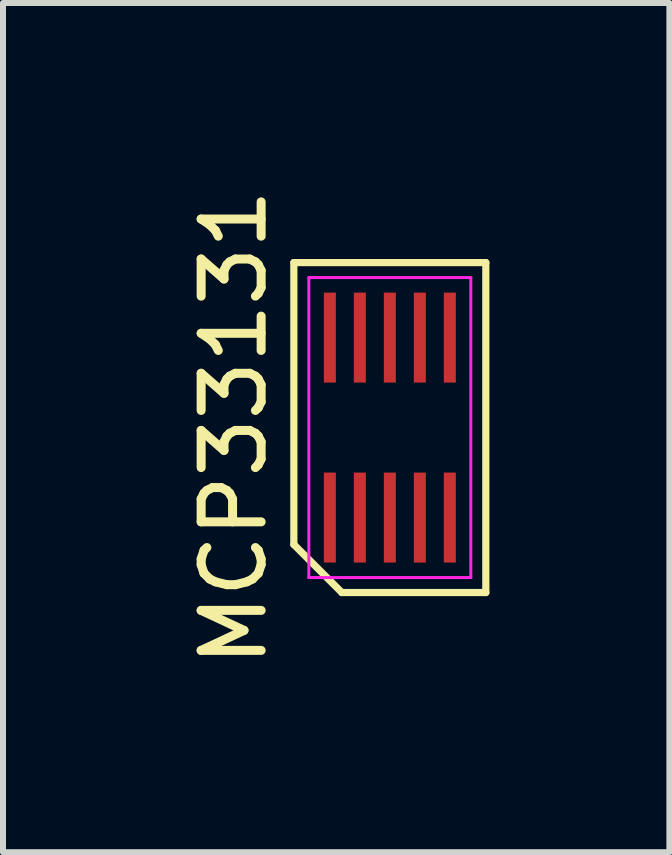
<source format=kicad_pcb>
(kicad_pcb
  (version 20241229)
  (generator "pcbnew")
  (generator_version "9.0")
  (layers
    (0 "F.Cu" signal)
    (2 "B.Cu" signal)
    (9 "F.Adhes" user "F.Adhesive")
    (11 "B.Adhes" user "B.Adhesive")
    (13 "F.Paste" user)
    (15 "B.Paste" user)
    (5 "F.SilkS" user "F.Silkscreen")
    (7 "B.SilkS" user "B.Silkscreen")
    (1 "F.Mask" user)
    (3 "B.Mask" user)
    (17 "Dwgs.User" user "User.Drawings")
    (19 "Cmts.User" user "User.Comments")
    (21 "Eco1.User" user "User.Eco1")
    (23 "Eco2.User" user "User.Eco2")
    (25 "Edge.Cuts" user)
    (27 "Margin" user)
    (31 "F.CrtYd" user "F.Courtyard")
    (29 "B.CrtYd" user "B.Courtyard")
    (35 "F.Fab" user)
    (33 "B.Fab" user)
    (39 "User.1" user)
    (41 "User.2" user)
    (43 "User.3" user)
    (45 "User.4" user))
  (footprint "MCP33131"
    (layer "F.Cu")
    (at 3.448 4.077)
    (property "Reference" "MCP33131" (at -2.6 0 90) (layer "F.SilkS") (effects (font (size 1 1) (thickness 0.15))))
    (attr smd)
    (fp_line (start -1.6 -2.75) (end 1.6 -2.75) (stroke (width 0.12) (type solid)) (layer "F.SilkS"))
    (fp_line (start -1.6 1.95) (end -1.6 -2.75) (stroke (width 0.12) (type solid)) (layer "F.SilkS"))
    (fp_line (start -0.8 2.75) (end -1.6 1.95) (stroke (width 0.12) (type solid)) (layer "F.SilkS"))
    (fp_line (start 1.6 -2.75) (end 1.6 2.75) (stroke (width 0.12) (type solid)) (layer "F.SilkS"))
    (fp_line (start 1.6 2.75) (end -0.8 2.75) (stroke (width 0.12) (type solid)) (layer "F.SilkS"))
    (fp_line (start -1.35 -2.5) (end 1.35 -2.5) (stroke (width 0.05) (type solid)) (layer "F.CrtYd"))
    (fp_line (start -1.35 2.5) (end -1.35 -2.5) (stroke (width 0.05) (type solid)) (layer "F.CrtYd"))
    (fp_line (start 1.35 -2.5) (end 1.35 2.5) (stroke (width 0.05) (type solid)) (layer "F.CrtYd"))
    (fp_line (start 1.35 2.5) (end -1.35 2.5) (stroke (width 0.05) (type solid)) (layer "F.CrtYd"))
    (pad "1" smd rect (at -1 1.5) (size 0.2 1.5) (layers "F.Cu" "F.Mask" "F.Paste"))
    (pad "2" smd rect (at -0.5 1.5) (size 0.2 1.5) (layers "F.Cu" "F.Mask" "F.Paste"))
    (pad "3" smd rect (at 0 1.5) (size 0.2 1.5) (layers "F.Cu" "F.Mask" "F.Paste"))
    (pad "4" smd rect (at 0.5 1.5) (size 0.2 1.5) (layers "F.Cu" "F.Mask" "F.Paste"))
    (pad "5" smd rect (at 1 1.5) (size 0.2 1.5) (layers "F.Cu" "F.Mask" "F.Paste"))
    (pad "6" smd rect (at 1 -1.5) (size 0.2 1.5) (layers "F.Cu" "F.Mask" "F.Paste"))
    (pad "7" smd rect (at 0.5 -1.5) (size 0.2 1.5) (layers "F.Cu" "F.Mask" "F.Paste"))
    (pad "8" smd rect (at 0 -1.5) (size 0.2 1.5) (layers "F.Cu" "F.Mask" "F.Paste"))
    (pad "9" smd rect (at -0.5 -1.5) (size 0.2 1.5) (layers "F.Cu" "F.Mask" "F.Paste"))
    (pad "10" smd rect (at -1 -1.5) (size 0.2 1.5) (layers "F.Cu" "F.Mask" "F.Paste")))
  (gr_rect
    (start -3 -3)
    (end 8.108 11.155)
    (stroke (width 0.1) (type default))
    (fill no)
    (layer "Edge.Cuts")))
</source>
